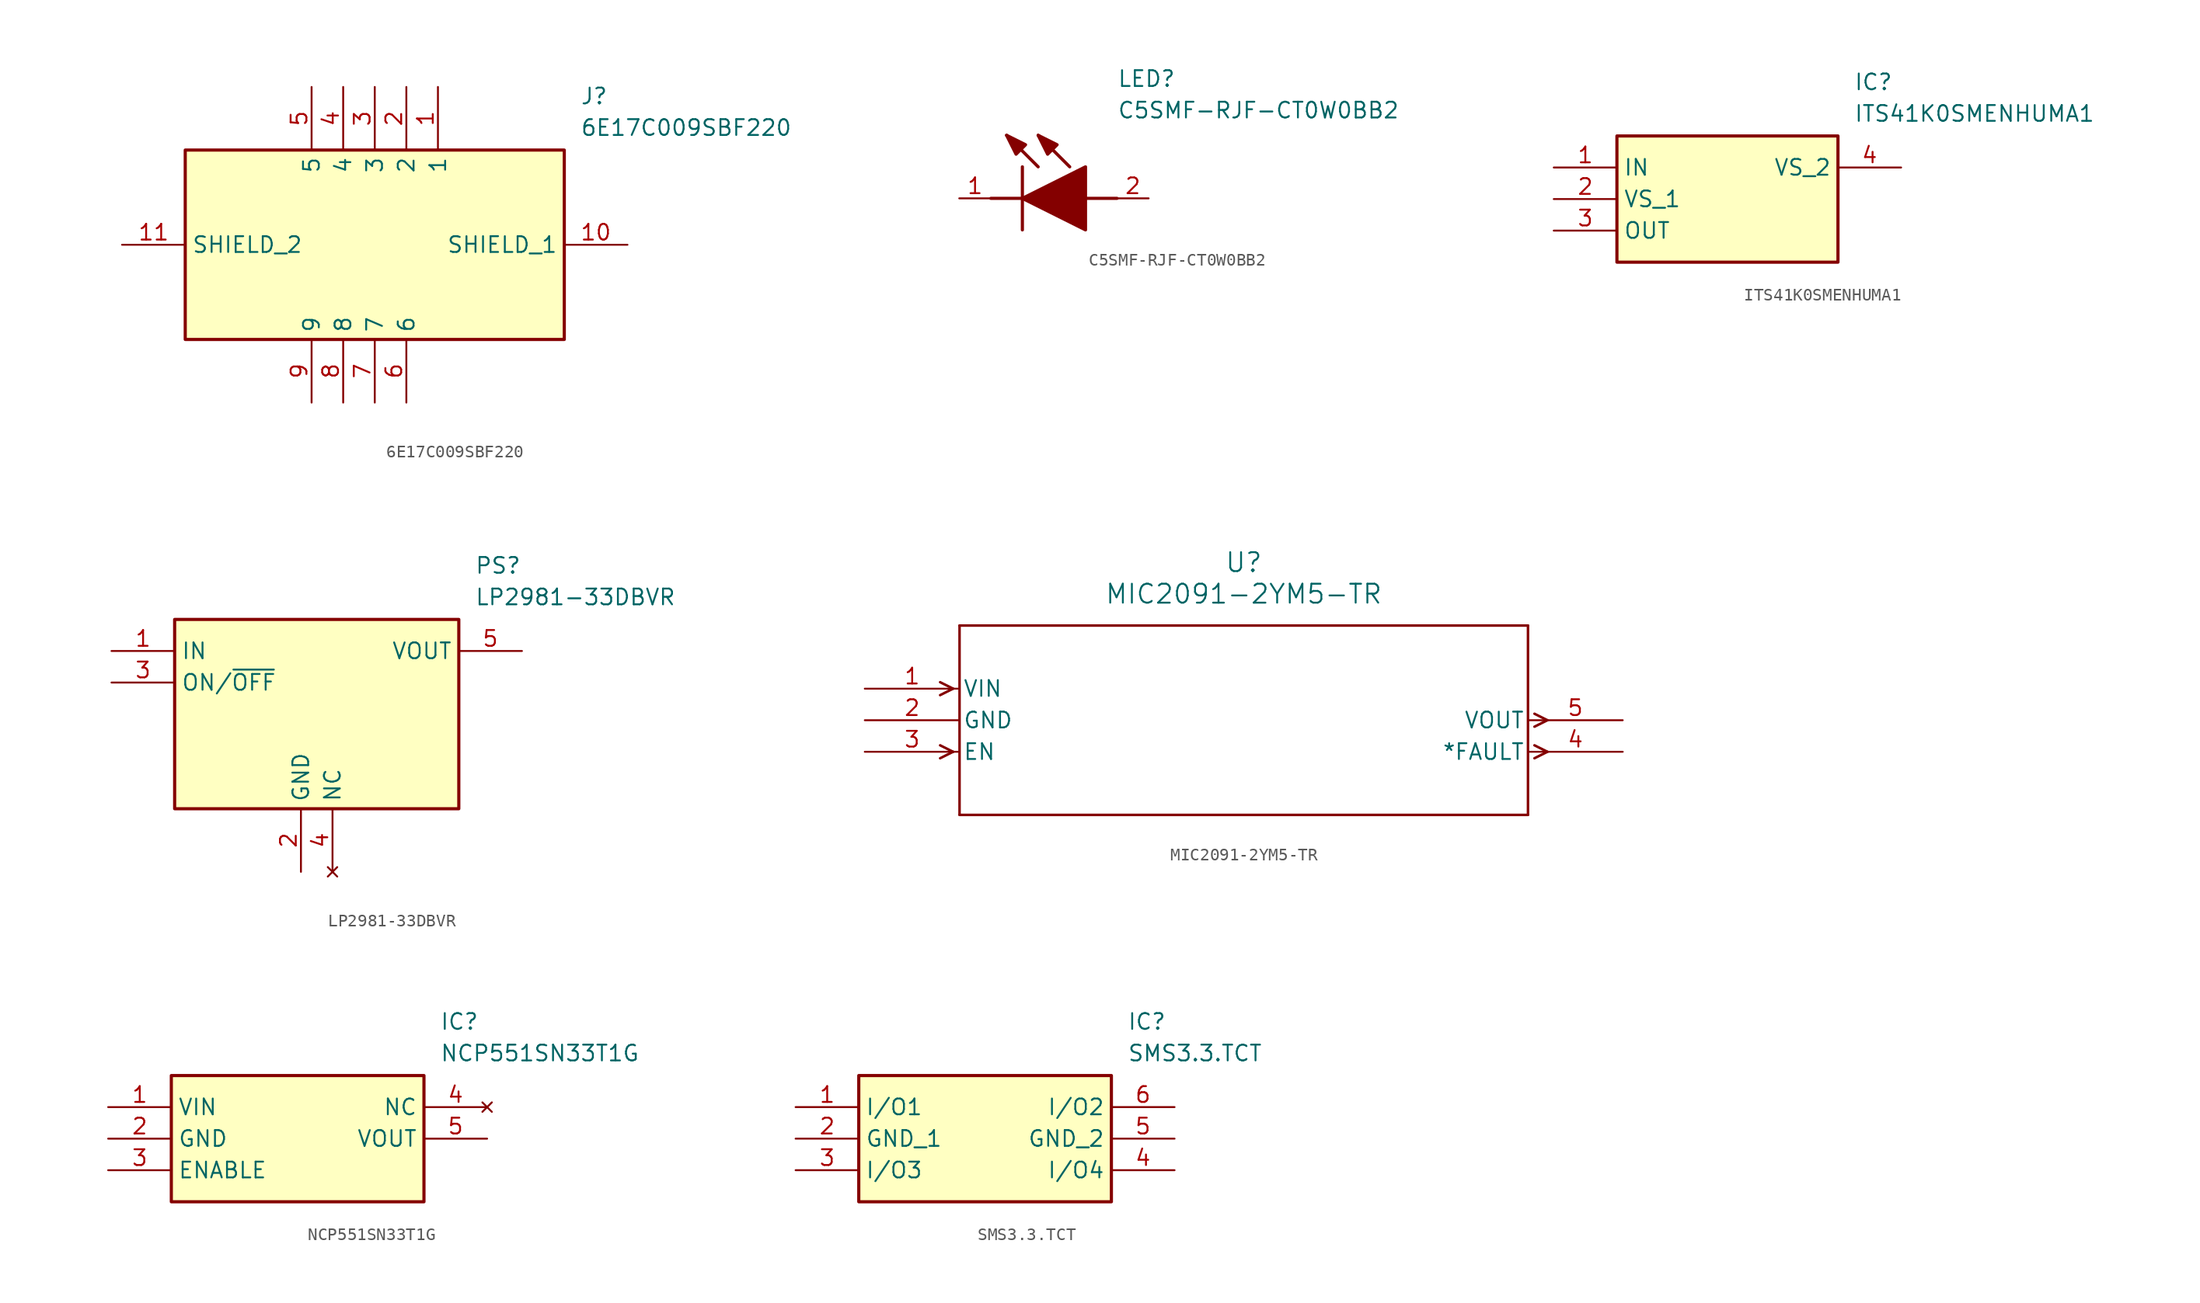
<source format=kicad_sym>
(kicad_symbol_lib
  (version 20241209)
  (generator "kicad_symbol_editor")
  (generator_version "9.0")
  (symbol "6E17C009SBF220"
    (property "Reference" "J"
      (at 36.83 12.7 0)
      (effects (font (size 1.27 1.27)) (justify left top)))
    (property "Value" "6E17C009SBF220"
      (at 36.83 10.16 0)
      (effects (font (size 1.27 1.27)) (justify left top)))
    (symbol "6E17C009SBF220_1_1"
      (rectangle (start 5.08 7.62) (end 35.56 -7.62) (stroke (width 0.254) (type default)) (fill (type background)))
      (pin passive line (at 0 0 0) (length 5.08) (name "SHIELD_2" (effects (font (size 1.27 1.27)))) (number "11" (effects (font (size 1.27 1.27)))))
      (pin passive line (at 15.24 12.7 270) (length 5.08) (name "5" (effects (font (size 1.27 1.27)))) (number "5" (effects (font (size 1.27 1.27)))))
      (pin passive line (at 15.24 -12.7 90) (length 5.08) (name "9" (effects (font (size 1.27 1.27)))) (number "9" (effects (font (size 1.27 1.27)))))
      (pin passive line (at 17.78 12.7 270) (length 5.08) (name "4" (effects (font (size 1.27 1.27)))) (number "4" (effects (font (size 1.27 1.27)))))
      (pin passive line (at 17.78 -12.7 90) (length 5.08) (name "8" (effects (font (size 1.27 1.27)))) (number "8" (effects (font (size 1.27 1.27)))))
      (pin passive line (at 20.32 12.7 270) (length 5.08) (name "3" (effects (font (size 1.27 1.27)))) (number "3" (effects (font (size 1.27 1.27)))))
      (pin passive line (at 20.32 -12.7 90) (length 5.08) (name "7" (effects (font (size 1.27 1.27)))) (number "7" (effects (font (size 1.27 1.27)))))
      (pin passive line (at 22.86 12.7 270) (length 5.08) (name "2" (effects (font (size 1.27 1.27)))) (number "2" (effects (font (size 1.27 1.27)))))
      (pin passive line (at 22.86 -12.7 90) (length 5.08) (name "6" (effects (font (size 1.27 1.27)))) (number "6" (effects (font (size 1.27 1.27)))))
      (pin passive line (at 25.4 12.7 270) (length 5.08) (name "1" (effects (font (size 1.27 1.27)))) (number "1" (effects (font (size 1.27 1.27)))))
      (pin passive line (at 40.64 0 180) (length 5.08) (name "SHIELD_1" (effects (font (size 1.27 1.27)))) (number "10" (effects (font (size 1.27 1.27)))))))
  (symbol "C5SMF-RJF-CT0W0BB2"
    (pin_names
      (hide yes))
    (property "Reference" "LED"
      (at 12.7 8.89 0)
      (effects (font (size 1.27 1.27)) (justify left bottom)))
    (property "Value" "C5SMF-RJF-CT0W0BB2"
      (at 12.7 6.35 0)
      (effects (font (size 1.27 1.27)) (justify left bottom)))
    (symbol "C5SMF-RJF-CT0W0BB2_1_1"
      (polyline (pts (xy 2.54 0) (xy 5.08 0)) (stroke (width 0.254) (type default)) (fill (type none)))
      (polyline (pts (xy 5.08 2.54) (xy 5.08 -2.54)) (stroke (width 0.254) (type default)) (fill (type none)))
      (polyline (pts (xy 5.08 0) (xy 10.16 2.54) (xy 10.16 -2.54) (xy 5.08 0)) (stroke (width 0.254) (type default)) (fill (type outline)))
      (polyline (pts (xy 5.334 4.318) (xy 4.572 3.556) (xy 3.81 5.08) (xy 5.334 4.318)) (stroke (width 0.254) (type default)) (fill (type outline)))
      (polyline (pts (xy 6.35 2.54) (xy 3.81 5.08)) (stroke (width 0.254) (type default)) (fill (type none)))
      (polyline (pts (xy 7.874 4.318) (xy 7.112 3.556) (xy 6.35 5.08) (xy 7.874 4.318)) (stroke (width 0.254) (type default)) (fill (type outline)))
      (polyline (pts (xy 8.89 2.54) (xy 6.35 5.08)) (stroke (width 0.254) (type default)) (fill (type none)))
      (polyline (pts (xy 10.16 0) (xy 12.7 0)) (stroke (width 0.254) (type default)) (fill (type none)))
      (pin passive line (at 0 0 0) (length 2.54) (name "K" (effects (font (size 1.27 1.27)))) (number "1" (effects (font (size 1.27 1.27)))))
      (pin passive line (at 15.24 0 180) (length 2.54) (name "A" (effects (font (size 1.27 1.27)))) (number "2" (effects (font (size 1.27 1.27)))))))
  (symbol "ITS41K0SMENHUMA1"
    (property "Reference" "IC"
      (at 24.13 7.62 0)
      (effects (font (size 1.27 1.27)) (justify left top)))
    (property "Value" "ITS41K0SMENHUMA1"
      (at 24.13 5.08 0)
      (effects (font (size 1.27 1.27)) (justify left top)))
    (symbol "ITS41K0SMENHUMA1_1_1"
      (rectangle (start 5.08 2.54) (end 22.86 -7.62) (stroke (width 0.254) (type default)) (fill (type background)))
      (pin passive line (at 0 0 0) (length 5.08) (name "IN" (effects (font (size 1.27 1.27)))) (number "1" (effects (font (size 1.27 1.27)))))
      (pin passive line (at 0 -2.54 0) (length 5.08) (name "VS_1" (effects (font (size 1.27 1.27)))) (number "2" (effects (font (size 1.27 1.27)))))
      (pin passive line (at 0 -5.08 0) (length 5.08) (name "OUT" (effects (font (size 1.27 1.27)))) (number "3" (effects (font (size 1.27 1.27)))))
      (pin passive line (at 27.94 0 180) (length 5.08) (name "VS_2" (effects (font (size 1.27 1.27)))) (number "4" (effects (font (size 1.27 1.27)))))))
  (symbol "LP2981-33DBVR"
    (property "Reference" "PS"
      (at 29.21 7.62 0)
      (effects (font (size 1.27 1.27)) (justify left top)))
    (property "Value" "LP2981-33DBVR"
      (at 29.21 5.08 0)
      (effects (font (size 1.27 1.27)) (justify left top)))
    (symbol "LP2981-33DBVR_1_1"
      (rectangle (start 5.08 2.54) (end 27.94 -12.7) (stroke (width 0.254) (type default)) (fill (type background)))
      (pin power_in line (at 0 0 0) (length 5.08) (name "IN" (effects (font (size 1.27 1.27)))) (number "1" (effects (font (size 1.27 1.27)))))
      (pin input line (at 0 -2.54 0) (length 5.08) (name "ON/~{OFF}" (effects (font (size 1.27 1.27)))) (number "3" (effects (font (size 1.27 1.27)))))
      (pin power_in line (at 15.24 -17.78 90) (length 5.08) (name "GND" (effects (font (size 1.27 1.27)))) (number "2" (effects (font (size 1.27 1.27)))))
      (pin no_connect line (at 17.78 -17.78 90) (length 5.08) (name "NC" (effects (font (size 1.27 1.27)))) (number "4" (effects (font (size 1.27 1.27)))))
      (pin output line (at 33.02 0 180) (length 5.08) (name "VOUT" (effects (font (size 1.27 1.27)))) (number "5" (effects (font (size 1.27 1.27)))))))
  (symbol "MIC2091-2YM5-TR"
    (pin_names
      (offset 0.254))
    (property "Reference" "U"
      (at 30.48 10.16 0)
      (effects (font (size 1.524 1.524))))
    (property "Value" "MIC2091-2YM5-TR"
      (at 30.48 7.62 0)
      (effects (font (size 1.524 1.524))))
    (property "ki_locked" ""
      (at 0 0 0)
      (effects (font (size 1.27 1.27))))
    (symbol "MIC2091-2YM5-TR_0_1"
      (polyline (pts (xy 7.099 0) (xy 6.058 0.521)) (stroke (width 0.203) (type default)) (fill (type none)))
      (polyline (pts (xy 7.099 0) (xy 6.058 -0.521)) (stroke (width 0.203) (type default)) (fill (type none)))
      (polyline (pts (xy 7.099 -5.08) (xy 6.058 -4.559)) (stroke (width 0.203) (type default)) (fill (type none)))
      (polyline (pts (xy 7.099 -5.08) (xy 6.058 -5.601)) (stroke (width 0.203) (type default)) (fill (type none)))
      (polyline (pts (xy 7.62 5.08) (xy 7.62 -10.16)) (stroke (width 0.203) (type default)) (fill (type none)))
      (polyline (pts (xy 7.62 -10.16) (xy 53.34 -10.16)) (stroke (width 0.203) (type default)) (fill (type none)))
      (polyline (pts (xy 53.34 5.08) (xy 7.62 5.08)) (stroke (width 0.203) (type default)) (fill (type none)))
      (polyline (pts (xy 53.34 -10.16) (xy 53.34 5.08)) (stroke (width 0.203) (type default)) (fill (type none)))
      (polyline (pts (xy 53.861 -2.019) (xy 54.902 -2.54)) (stroke (width 0.203) (type default)) (fill (type none)))
      (polyline (pts (xy 53.861 -3.061) (xy 54.902 -2.54)) (stroke (width 0.203) (type default)) (fill (type none)))
      (polyline (pts (xy 53.861 -4.559) (xy 54.902 -5.08)) (stroke (width 0.203) (type default)) (fill (type none)))
      (polyline (pts (xy 53.861 -5.601) (xy 54.902 -5.08)) (stroke (width 0.203) (type default)) (fill (type none)))
      (pin input line (at 0 0 0) (length 7.62) (name "VIN" (effects (font (size 1.27 1.27)))) (number "1" (effects (font (size 1.27 1.27)))))
      (pin power_in line (at 0 -2.54 0) (length 7.62) (name "GND" (effects (font (size 1.27 1.27)))) (number "2" (effects (font (size 1.27 1.27)))))
      (pin input line (at 0 -5.08 0) (length 7.62) (name "EN" (effects (font (size 1.27 1.27)))) (number "3" (effects (font (size 1.27 1.27)))))
      (pin output line (at 60.96 -2.54 180) (length 7.62) (name "VOUT" (effects (font (size 1.27 1.27)))) (number "5" (effects (font (size 1.27 1.27)))))
      (pin output line (at 60.96 -5.08 180) (length 7.62) (name "*FAULT" (effects (font (size 1.27 1.27)))) (number "4" (effects (font (size 1.27 1.27)))))))
  (symbol "NCP551SN33T1G"
    (property "Reference" "IC"
      (at 26.67 7.62 0)
      (effects (font (size 1.27 1.27)) (justify left top)))
    (property "Value" "NCP551SN33T1G"
      (at 26.67 5.08 0)
      (effects (font (size 1.27 1.27)) (justify left top)))
    (symbol "NCP551SN33T1G_1_1"
      (rectangle (start 5.08 2.54) (end 25.4 -7.62) (stroke (width 0.254) (type default)) (fill (type background)))
      (pin input line (at 0 0 0) (length 5.08) (name "VIN" (effects (font (size 1.27 1.27)))) (number "1" (effects (font (size 1.27 1.27)))))
      (pin power_in line (at 0 -2.54 0) (length 5.08) (name "GND" (effects (font (size 1.27 1.27)))) (number "2" (effects (font (size 1.27 1.27)))))
      (pin passive line (at 0 -5.08 0) (length 5.08) (name "ENABLE" (effects (font (size 1.27 1.27)))) (number "3" (effects (font (size 1.27 1.27)))))
      (pin no_connect line (at 30.48 0 180) (length 5.08) (name "NC" (effects (font (size 1.27 1.27)))) (number "4" (effects (font (size 1.27 1.27)))))
      (pin output line (at 30.48 -2.54 180) (length 5.08) (name "VOUT" (effects (font (size 1.27 1.27)))) (number "5" (effects (font (size 1.27 1.27)))))))
  (symbol "SMS3.3.TCT"
    (property "Reference" "IC"
      (at 26.67 7.62 0)
      (effects (font (size 1.27 1.27)) (justify left top)))
    (property "Value" "SMS3.3.TCT"
      (at 26.67 5.08 0)
      (effects (font (size 1.27 1.27)) (justify left top)))
    (symbol "SMS3.3.TCT_1_1"
      (rectangle (start 5.08 2.54) (end 25.4 -7.62) (stroke (width 0.254) (type default)) (fill (type background)))
      (pin passive line (at 0 0 0) (length 5.08) (name "I/O1" (effects (font (size 1.27 1.27)))) (number "1" (effects (font (size 1.27 1.27)))))
      (pin passive line (at 0 -2.54 0) (length 5.08) (name "GND_1" (effects (font (size 1.27 1.27)))) (number "2" (effects (font (size 1.27 1.27)))))
      (pin passive line (at 0 -5.08 0) (length 5.08) (name "I/O3" (effects (font (size 1.27 1.27)))) (number "3" (effects (font (size 1.27 1.27)))))
      (pin passive line (at 30.48 0 180) (length 5.08) (name "I/O2" (effects (font (size 1.27 1.27)))) (number "6" (effects (font (size 1.27 1.27)))))
      (pin passive line (at 30.48 -2.54 180) (length 5.08) (name "GND_2" (effects (font (size 1.27 1.27)))) (number "5" (effects (font (size 1.27 1.27)))))
      (pin passive line (at 30.48 -5.08 180) (length 5.08) (name "I/O4" (effects (font (size 1.27 1.27)))) (number "4" (effects (font (size 1.27 1.27))))))))
</source>
